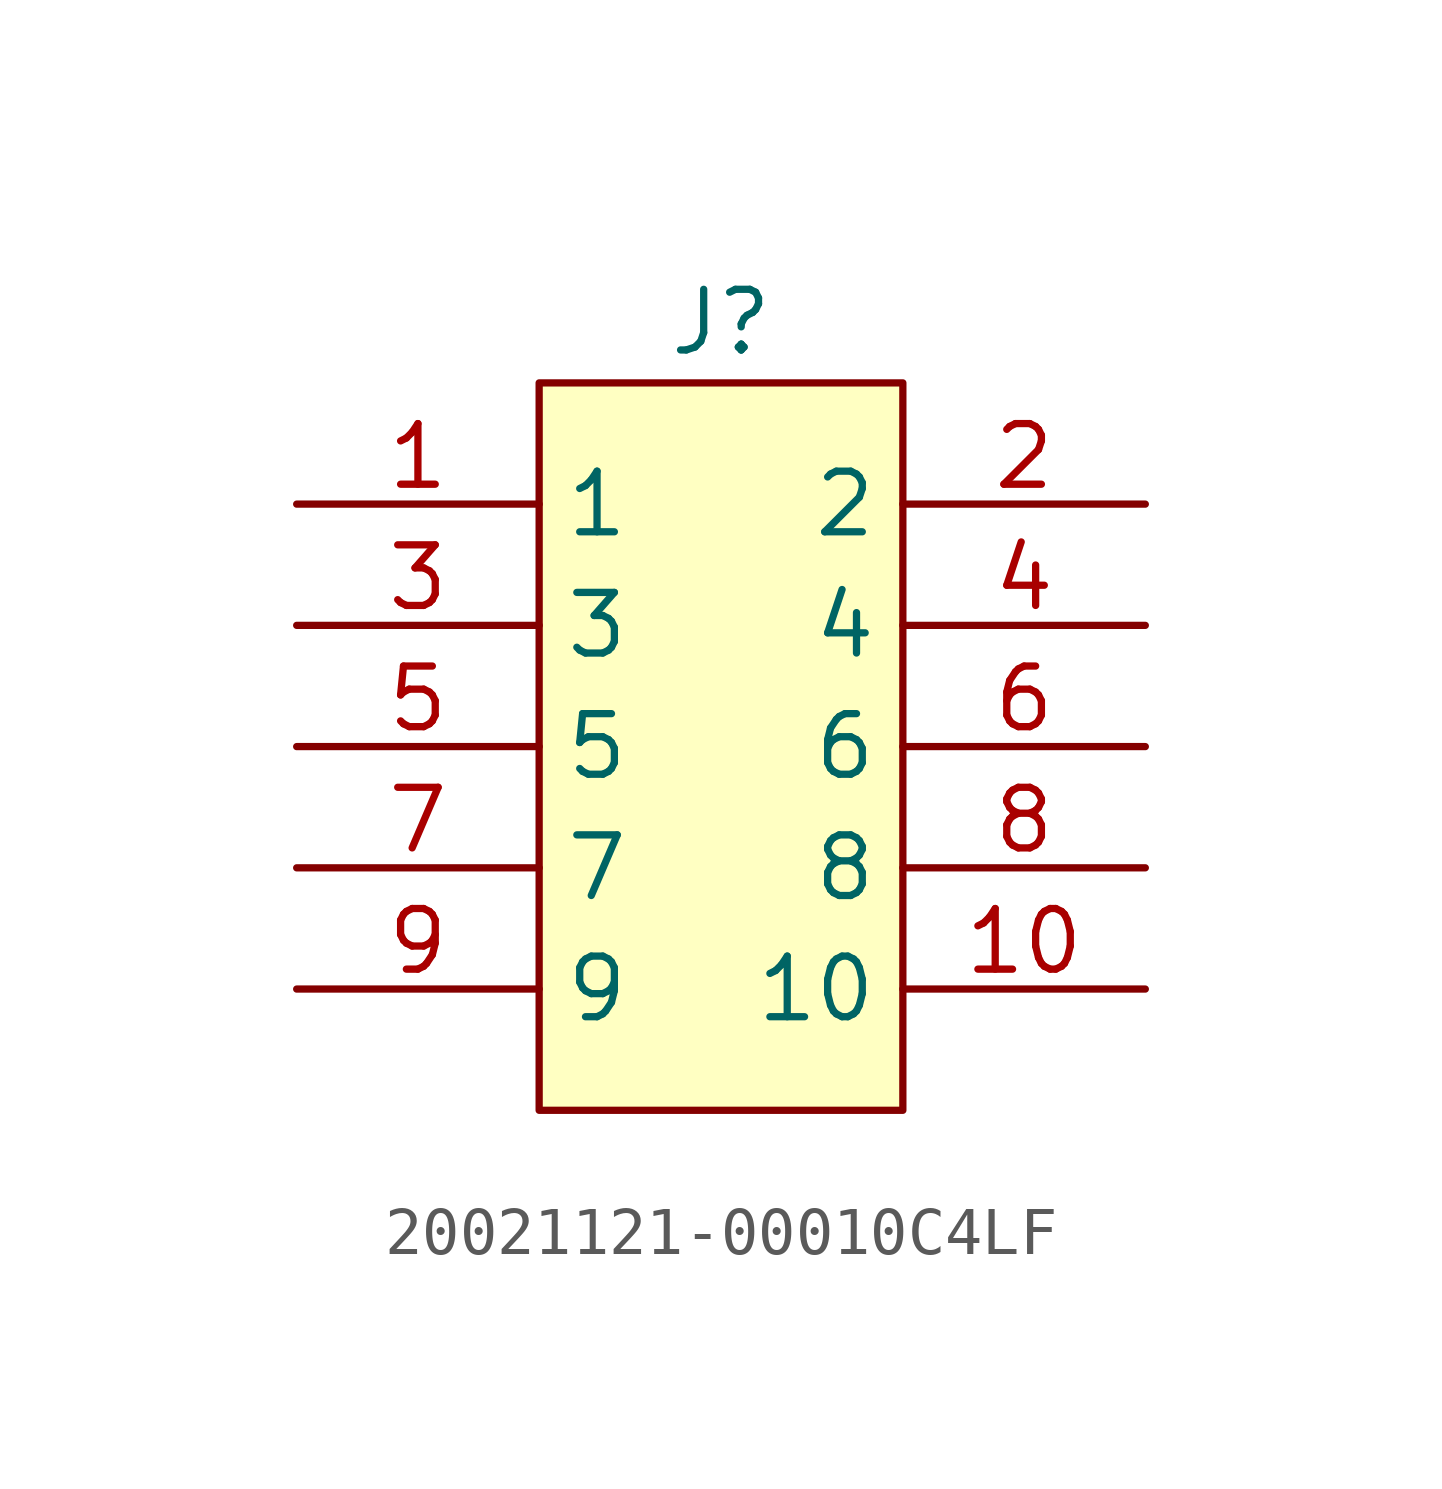
<source format=kicad_sym>
(kicad_symbol_lib
  (version 20231120)
  (generator "kicad_symbol_editor")
  (generator_version "8.0")
  (symbol "20021121-00010C4LF"
    (property "Reference" "J"
      (at 3.81 1.27 0)
      (effects (font (size 1.27 1.27))))
    (property "Value" ""
      (at 0 0 0)
      (effects (font (size 1.27 1.27))))
    (symbol "20021121-00010C4LF_1_1"
      (rectangle (start 0 0) (end 7.62 -15.24) (stroke (width 0) (type default)) (fill (type background)))
      (pin passive line (at -5.08 -2.54 0) (length 5.08) (name "1" (effects (font (size 1.27 1.27)))) (number "1" (effects (font (size 1.27 1.27)))))
      (pin passive line (at 12.7 -12.7 180) (length 5.08) (name "10" (effects (font (size 1.27 1.27)))) (number "10" (effects (font (size 1.27 1.27)))))
      (pin passive line (at 12.7 -2.54 180) (length 5.08) (name "2" (effects (font (size 1.27 1.27)))) (number "2" (effects (font (size 1.27 1.27)))))
      (pin passive line (at -5.08 -5.08 0) (length 5.08) (name "3" (effects (font (size 1.27 1.27)))) (number "3" (effects (font (size 1.27 1.27)))))
      (pin passive line (at 12.7 -5.08 180) (length 5.08) (name "4" (effects (font (size 1.27 1.27)))) (number "4" (effects (font (size 1.27 1.27)))))
      (pin passive line (at -5.08 -7.62 0) (length 5.08) (name "5" (effects (font (size 1.27 1.27)))) (number "5" (effects (font (size 1.27 1.27)))))
      (pin passive line (at 12.7 -7.62 180) (length 5.08) (name "6" (effects (font (size 1.27 1.27)))) (number "6" (effects (font (size 1.27 1.27)))))
      (pin passive line (at -5.08 -10.16 0) (length 5.08) (name "7" (effects (font (size 1.27 1.27)))) (number "7" (effects (font (size 1.27 1.27)))))
      (pin passive line (at 12.7 -10.16 180) (length 5.08) (name "8" (effects (font (size 1.27 1.27)))) (number "8" (effects (font (size 1.27 1.27)))))
      (pin passive line (at -5.08 -12.7 0) (length 5.08) (name "9" (effects (font (size 1.27 1.27)))) (number "9" (effects (font (size 1.27 1.27))))))))
</source>
